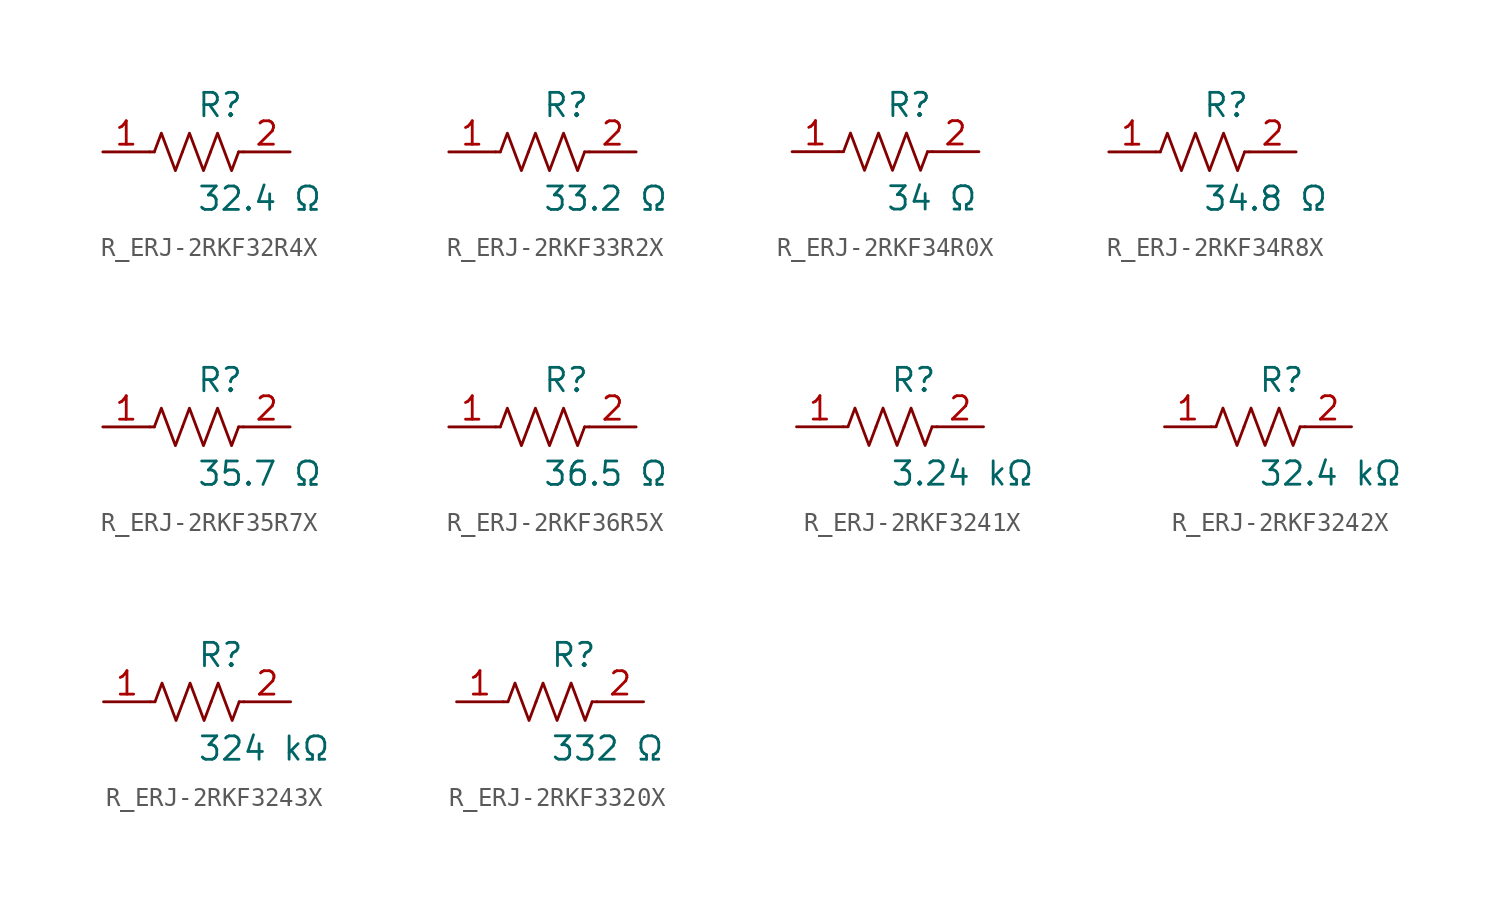
<source format=kicad_sym>
(kicad_symbol_lib
  (version 20231120)
  (generator kicad_symbol_editor)
  (generator_version 8.0)
  (symbol "R_ERJ-2RKF32R4X"
    (pin_names
      (offset 0.254))
    (property "Reference" "R"
      (at 0 2.54 0)
      (effects (font (size 1.27 1.27)) (justify left)))
    (property "Value" "32.4 Ω"
      (at 0 -2.54 0)
      (effects (font (size 1.27 1.27)) (justify left)))
    (symbol "R_ERJ-2RKF32R4X_0_1"
      (polyline (pts (xy 2.286 0) (xy 2.54 0)) (stroke (width 0) (type default)) (fill (type none)))
      (polyline (pts (xy -2.286 0) (xy -2.54 0)) (stroke (width 0) (type default)) (fill (type none)))
      (polyline (pts (xy 0.762 0) (xy 1.143 1.016) (xy 1.524 0) (xy 1.905 -1.016) (xy 2.286 0)) (stroke (width 0) (type default)) (fill (type none)))
      (polyline (pts (xy -0.762 0) (xy -0.381 1.016) (xy 0 0) (xy 0.381 -1.016) (xy 0.762 0)) (stroke (width 0) (type default)) (fill (type none)))
      (polyline (pts (xy -2.286 0) (xy -1.905 1.016) (xy -1.524 0) (xy -1.143 -1.016) (xy -0.762 0)) (stroke (width 0) (type default)) (fill (type none))))
    (pin unspecified line
      (at -5.08 0 0)
      (length 2.54)
      (name "" (effects (font (size 1.27 1.27))))
      (number "1" (effects (font (size 1.27 1.27)))))
    (pin unspecified line
      (at 5.08 0 180)
      (length 2.54)
      (name "" (effects (font (size 1.27 1.27))))
      (number "2" (effects (font (size 1.27 1.27))))))
  (symbol "R_ERJ-2RKF33R2X"
    (pin_names
      (offset 0.254))
    (property "Reference" "R"
      (at 0 2.54 0)
      (effects (font (size 1.27 1.27)) (justify left)))
    (property "Value" "33.2 Ω"
      (at 0 -2.54 0)
      (effects (font (size 1.27 1.27)) (justify left)))
    (symbol "R_ERJ-2RKF33R2X_0_1"
      (polyline (pts (xy 2.286 0) (xy 2.54 0)) (stroke (width 0) (type default)) (fill (type none)))
      (polyline (pts (xy -2.286 0) (xy -2.54 0)) (stroke (width 0) (type default)) (fill (type none)))
      (polyline (pts (xy 0.762 0) (xy 1.143 1.016) (xy 1.524 0) (xy 1.905 -1.016) (xy 2.286 0)) (stroke (width 0) (type default)) (fill (type none)))
      (polyline (pts (xy -0.762 0) (xy -0.381 1.016) (xy 0 0) (xy 0.381 -1.016) (xy 0.762 0)) (stroke (width 0) (type default)) (fill (type none)))
      (polyline (pts (xy -2.286 0) (xy -1.905 1.016) (xy -1.524 0) (xy -1.143 -1.016) (xy -0.762 0)) (stroke (width 0) (type default)) (fill (type none))))
    (pin unspecified line
      (at -5.08 0 0)
      (length 2.54)
      (name "" (effects (font (size 1.27 1.27))))
      (number "1" (effects (font (size 1.27 1.27)))))
    (pin unspecified line
      (at 5.08 0 180)
      (length 2.54)
      (name "" (effects (font (size 1.27 1.27))))
      (number "2" (effects (font (size 1.27 1.27))))))
  (symbol "R_ERJ-2RKF34R0X"
    (pin_names
      (offset 0.254))
    (property "Reference" "R"
      (at 0 2.54 0)
      (effects (font (size 1.27 1.27)) (justify left)))
    (property "Value" "34 Ω"
      (at 0 -2.54 0)
      (effects (font (size 1.27 1.27)) (justify left)))
    (symbol "R_ERJ-2RKF34R0X_0_1"
      (polyline (pts (xy 2.286 0) (xy 2.54 0)) (stroke (width 0) (type default)) (fill (type none)))
      (polyline (pts (xy -2.286 0) (xy -2.54 0)) (stroke (width 0) (type default)) (fill (type none)))
      (polyline (pts (xy 0.762 0) (xy 1.143 1.016) (xy 1.524 0) (xy 1.905 -1.016) (xy 2.286 0)) (stroke (width 0) (type default)) (fill (type none)))
      (polyline (pts (xy -0.762 0) (xy -0.381 1.016) (xy 0 0) (xy 0.381 -1.016) (xy 0.762 0)) (stroke (width 0) (type default)) (fill (type none)))
      (polyline (pts (xy -2.286 0) (xy -1.905 1.016) (xy -1.524 0) (xy -1.143 -1.016) (xy -0.762 0)) (stroke (width 0) (type default)) (fill (type none))))
    (pin unspecified line
      (at -5.08 0 0)
      (length 2.54)
      (name "" (effects (font (size 1.27 1.27))))
      (number "1" (effects (font (size 1.27 1.27)))))
    (pin unspecified line
      (at 5.08 0 180)
      (length 2.54)
      (name "" (effects (font (size 1.27 1.27))))
      (number "2" (effects (font (size 1.27 1.27))))))
  (symbol "R_ERJ-2RKF34R8X"
    (pin_names
      (offset 0.254))
    (property "Reference" "R"
      (at 0 2.54 0)
      (effects (font (size 1.27 1.27)) (justify left)))
    (property "Value" "34.8 Ω"
      (at 0 -2.54 0)
      (effects (font (size 1.27 1.27)) (justify left)))
    (symbol "R_ERJ-2RKF34R8X_0_1"
      (polyline (pts (xy 2.286 0) (xy 2.54 0)) (stroke (width 0) (type default)) (fill (type none)))
      (polyline (pts (xy -2.286 0) (xy -2.54 0)) (stroke (width 0) (type default)) (fill (type none)))
      (polyline (pts (xy 0.762 0) (xy 1.143 1.016) (xy 1.524 0) (xy 1.905 -1.016) (xy 2.286 0)) (stroke (width 0) (type default)) (fill (type none)))
      (polyline (pts (xy -0.762 0) (xy -0.381 1.016) (xy 0 0) (xy 0.381 -1.016) (xy 0.762 0)) (stroke (width 0) (type default)) (fill (type none)))
      (polyline (pts (xy -2.286 0) (xy -1.905 1.016) (xy -1.524 0) (xy -1.143 -1.016) (xy -0.762 0)) (stroke (width 0) (type default)) (fill (type none))))
    (pin unspecified line
      (at -5.08 0 0)
      (length 2.54)
      (name "" (effects (font (size 1.27 1.27))))
      (number "1" (effects (font (size 1.27 1.27)))))
    (pin unspecified line
      (at 5.08 0 180)
      (length 2.54)
      (name "" (effects (font (size 1.27 1.27))))
      (number "2" (effects (font (size 1.27 1.27))))))
  (symbol "R_ERJ-2RKF35R7X"
    (pin_names
      (offset 0.254))
    (property "Reference" "R"
      (at 0 2.54 0)
      (effects (font (size 1.27 1.27)) (justify left)))
    (property "Value" "35.7 Ω"
      (at 0 -2.54 0)
      (effects (font (size 1.27 1.27)) (justify left)))
    (symbol "R_ERJ-2RKF35R7X_0_1"
      (polyline (pts (xy 2.286 0) (xy 2.54 0)) (stroke (width 0) (type default)) (fill (type none)))
      (polyline (pts (xy -2.286 0) (xy -2.54 0)) (stroke (width 0) (type default)) (fill (type none)))
      (polyline (pts (xy 0.762 0) (xy 1.143 1.016) (xy 1.524 0) (xy 1.905 -1.016) (xy 2.286 0)) (stroke (width 0) (type default)) (fill (type none)))
      (polyline (pts (xy -0.762 0) (xy -0.381 1.016) (xy 0 0) (xy 0.381 -1.016) (xy 0.762 0)) (stroke (width 0) (type default)) (fill (type none)))
      (polyline (pts (xy -2.286 0) (xy -1.905 1.016) (xy -1.524 0) (xy -1.143 -1.016) (xy -0.762 0)) (stroke (width 0) (type default)) (fill (type none))))
    (pin unspecified line
      (at -5.08 0 0)
      (length 2.54)
      (name "" (effects (font (size 1.27 1.27))))
      (number "1" (effects (font (size 1.27 1.27)))))
    (pin unspecified line
      (at 5.08 0 180)
      (length 2.54)
      (name "" (effects (font (size 1.27 1.27))))
      (number "2" (effects (font (size 1.27 1.27))))))
  (symbol "R_ERJ-2RKF36R5X"
    (pin_names
      (offset 0.254))
    (property "Reference" "R"
      (at 0 2.54 0)
      (effects (font (size 1.27 1.27)) (justify left)))
    (property "Value" "36.5 Ω"
      (at 0 -2.54 0)
      (effects (font (size 1.27 1.27)) (justify left)))
    (symbol "R_ERJ-2RKF36R5X_0_1"
      (polyline (pts (xy 2.286 0) (xy 2.54 0)) (stroke (width 0) (type default)) (fill (type none)))
      (polyline (pts (xy -2.286 0) (xy -2.54 0)) (stroke (width 0) (type default)) (fill (type none)))
      (polyline (pts (xy 0.762 0) (xy 1.143 1.016) (xy 1.524 0) (xy 1.905 -1.016) (xy 2.286 0)) (stroke (width 0) (type default)) (fill (type none)))
      (polyline (pts (xy -0.762 0) (xy -0.381 1.016) (xy 0 0) (xy 0.381 -1.016) (xy 0.762 0)) (stroke (width 0) (type default)) (fill (type none)))
      (polyline (pts (xy -2.286 0) (xy -1.905 1.016) (xy -1.524 0) (xy -1.143 -1.016) (xy -0.762 0)) (stroke (width 0) (type default)) (fill (type none))))
    (pin unspecified line
      (at -5.08 0 0)
      (length 2.54)
      (name "" (effects (font (size 1.27 1.27))))
      (number "1" (effects (font (size 1.27 1.27)))))
    (pin unspecified line
      (at 5.08 0 180)
      (length 2.54)
      (name "" (effects (font (size 1.27 1.27))))
      (number "2" (effects (font (size 1.27 1.27))))))
  (symbol "R_ERJ-2RKF3241X"
    (pin_names
      (offset 0.254))
    (property "Reference" "R"
      (at 0 2.54 0)
      (effects (font (size 1.27 1.27)) (justify left)))
    (property "Value" "3.24 kΩ"
      (at 0 -2.54 0)
      (effects (font (size 1.27 1.27)) (justify left)))
    (symbol "R_ERJ-2RKF3241X_0_1"
      (polyline (pts (xy 2.286 0) (xy 2.54 0)) (stroke (width 0) (type default)) (fill (type none)))
      (polyline (pts (xy -2.286 0) (xy -2.54 0)) (stroke (width 0) (type default)) (fill (type none)))
      (polyline (pts (xy 0.762 0) (xy 1.143 1.016) (xy 1.524 0) (xy 1.905 -1.016) (xy 2.286 0)) (stroke (width 0) (type default)) (fill (type none)))
      (polyline (pts (xy -0.762 0) (xy -0.381 1.016) (xy 0 0) (xy 0.381 -1.016) (xy 0.762 0)) (stroke (width 0) (type default)) (fill (type none)))
      (polyline (pts (xy -2.286 0) (xy -1.905 1.016) (xy -1.524 0) (xy -1.143 -1.016) (xy -0.762 0)) (stroke (width 0) (type default)) (fill (type none))))
    (pin unspecified line
      (at -5.08 0 0)
      (length 2.54)
      (name "" (effects (font (size 1.27 1.27))))
      (number "1" (effects (font (size 1.27 1.27)))))
    (pin unspecified line
      (at 5.08 0 180)
      (length 2.54)
      (name "" (effects (font (size 1.27 1.27))))
      (number "2" (effects (font (size 1.27 1.27))))))
  (symbol "R_ERJ-2RKF3242X"
    (pin_names
      (offset 0.254))
    (property "Reference" "R"
      (at 0 2.54 0)
      (effects (font (size 1.27 1.27)) (justify left)))
    (property "Value" "32.4 kΩ"
      (at 0 -2.54 0)
      (effects (font (size 1.27 1.27)) (justify left)))
    (symbol "R_ERJ-2RKF3242X_0_1"
      (polyline (pts (xy 2.286 0) (xy 2.54 0)) (stroke (width 0) (type default)) (fill (type none)))
      (polyline (pts (xy -2.286 0) (xy -2.54 0)) (stroke (width 0) (type default)) (fill (type none)))
      (polyline (pts (xy 0.762 0) (xy 1.143 1.016) (xy 1.524 0) (xy 1.905 -1.016) (xy 2.286 0)) (stroke (width 0) (type default)) (fill (type none)))
      (polyline (pts (xy -0.762 0) (xy -0.381 1.016) (xy 0 0) (xy 0.381 -1.016) (xy 0.762 0)) (stroke (width 0) (type default)) (fill (type none)))
      (polyline (pts (xy -2.286 0) (xy -1.905 1.016) (xy -1.524 0) (xy -1.143 -1.016) (xy -0.762 0)) (stroke (width 0) (type default)) (fill (type none))))
    (pin unspecified line
      (at -5.08 0 0)
      (length 2.54)
      (name "" (effects (font (size 1.27 1.27))))
      (number "1" (effects (font (size 1.27 1.27)))))
    (pin unspecified line
      (at 5.08 0 180)
      (length 2.54)
      (name "" (effects (font (size 1.27 1.27))))
      (number "2" (effects (font (size 1.27 1.27))))))
  (symbol "R_ERJ-2RKF3243X"
    (pin_names
      (offset 0.254))
    (property "Reference" "R"
      (at 0 2.54 0)
      (effects (font (size 1.27 1.27)) (justify left)))
    (property "Value" "324 kΩ"
      (at 0 -2.54 0)
      (effects (font (size 1.27 1.27)) (justify left)))
    (symbol "R_ERJ-2RKF3243X_0_1"
      (polyline (pts (xy 2.286 0) (xy 2.54 0)) (stroke (width 0) (type default)) (fill (type none)))
      (polyline (pts (xy -2.286 0) (xy -2.54 0)) (stroke (width 0) (type default)) (fill (type none)))
      (polyline (pts (xy 0.762 0) (xy 1.143 1.016) (xy 1.524 0) (xy 1.905 -1.016) (xy 2.286 0)) (stroke (width 0) (type default)) (fill (type none)))
      (polyline (pts (xy -0.762 0) (xy -0.381 1.016) (xy 0 0) (xy 0.381 -1.016) (xy 0.762 0)) (stroke (width 0) (type default)) (fill (type none)))
      (polyline (pts (xy -2.286 0) (xy -1.905 1.016) (xy -1.524 0) (xy -1.143 -1.016) (xy -0.762 0)) (stroke (width 0) (type default)) (fill (type none))))
    (pin unspecified line
      (at -5.08 0 0)
      (length 2.54)
      (name "" (effects (font (size 1.27 1.27))))
      (number "1" (effects (font (size 1.27 1.27)))))
    (pin unspecified line
      (at 5.08 0 180)
      (length 2.54)
      (name "" (effects (font (size 1.27 1.27))))
      (number "2" (effects (font (size 1.27 1.27))))))
  (symbol "R_ERJ-2RKF3320X"
    (pin_names
      (offset 0.254))
    (property "Reference" "R"
      (at 0 2.54 0)
      (effects (font (size 1.27 1.27)) (justify left)))
    (property "Value" "332 Ω"
      (at 0 -2.54 0)
      (effects (font (size 1.27 1.27)) (justify left)))
    (symbol "R_ERJ-2RKF3320X_0_1"
      (polyline (pts (xy 2.286 0) (xy 2.54 0)) (stroke (width 0) (type default)) (fill (type none)))
      (polyline (pts (xy -2.286 0) (xy -2.54 0)) (stroke (width 0) (type default)) (fill (type none)))
      (polyline (pts (xy 0.762 0) (xy 1.143 1.016) (xy 1.524 0) (xy 1.905 -1.016) (xy 2.286 0)) (stroke (width 0) (type default)) (fill (type none)))
      (polyline (pts (xy -0.762 0) (xy -0.381 1.016) (xy 0 0) (xy 0.381 -1.016) (xy 0.762 0)) (stroke (width 0) (type default)) (fill (type none)))
      (polyline (pts (xy -2.286 0) (xy -1.905 1.016) (xy -1.524 0) (xy -1.143 -1.016) (xy -0.762 0)) (stroke (width 0) (type default)) (fill (type none))))
    (pin unspecified line
      (at -5.08 0 0)
      (length 2.54)
      (name "" (effects (font (size 1.27 1.27))))
      (number "1" (effects (font (size 1.27 1.27)))))
    (pin unspecified line
      (at 5.08 0 180)
      (length 2.54)
      (name "" (effects (font (size 1.27 1.27))))
      (number "2" (effects (font (size 1.27 1.27)))))))
</source>
